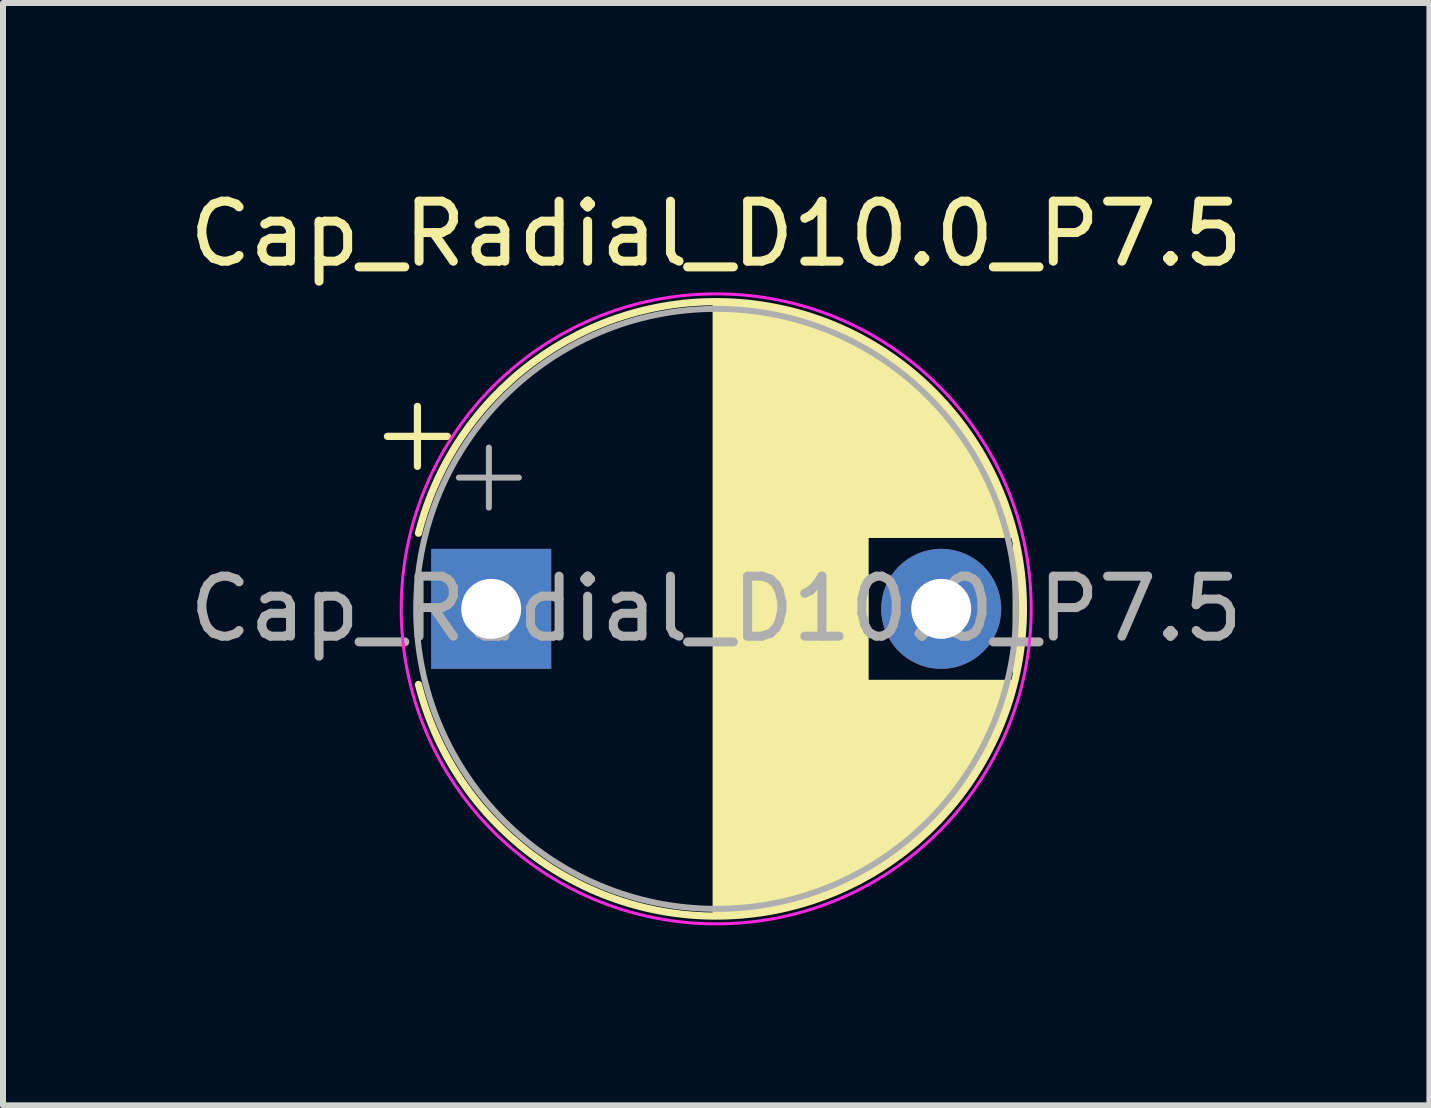
<source format=kicad_pcb>
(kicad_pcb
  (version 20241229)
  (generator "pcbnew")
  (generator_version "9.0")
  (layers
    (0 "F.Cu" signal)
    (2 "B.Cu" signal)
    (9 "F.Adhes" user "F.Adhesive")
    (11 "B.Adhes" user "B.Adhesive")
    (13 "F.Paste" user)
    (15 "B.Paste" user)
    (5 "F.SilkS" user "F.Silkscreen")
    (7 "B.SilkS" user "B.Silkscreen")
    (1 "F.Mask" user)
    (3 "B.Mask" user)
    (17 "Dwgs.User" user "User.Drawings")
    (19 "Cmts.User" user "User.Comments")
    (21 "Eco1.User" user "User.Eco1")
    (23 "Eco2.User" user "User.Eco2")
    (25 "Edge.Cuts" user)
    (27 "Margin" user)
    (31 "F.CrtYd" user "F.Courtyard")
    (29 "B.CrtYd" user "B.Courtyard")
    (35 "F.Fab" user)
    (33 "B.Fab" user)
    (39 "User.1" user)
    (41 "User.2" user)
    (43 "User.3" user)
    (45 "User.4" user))
  (footprint "Cap_Radial_D10.0_P7.5"
    (layer "F.Cu")
    (at 5.137 7.098)
    (property "Reference" "Cap_Radial_D10.0_P7.5" (at 3.75 -6.25 0) (layer "F.SilkS") (effects (font (size 1 1) (thickness 0.15))))
    (attr through_hole)
    (fp_line (start -1.73 -2.875) (end -0.73 -2.875) (stroke (width 0.12) (type solid)) (layer "F.SilkS"))
    (fp_line (start -1.23 -3.375) (end -1.23 -2.375) (stroke (width 0.12) (type solid)) (layer "F.SilkS"))
    (fp_line (start 3.75 -5.08) (end 3.75 5.08) (stroke (width 0.12) (type solid)) (layer "F.SilkS"))
    (fp_line (start 3.79 -5.08) (end 3.79 5.08) (stroke (width 0.12) (type solid)) (layer "F.SilkS"))
    (fp_line (start 3.83 -5.08) (end 3.83 5.08) (stroke (width 0.12) (type solid)) (layer "F.SilkS"))
    (fp_line (start 3.87 -5.079) (end 3.87 5.079) (stroke (width 0.12) (type solid)) (layer "F.SilkS"))
    (fp_line (start 3.91 -5.078) (end 3.91 5.078) (stroke (width 0.12) (type solid)) (layer "F.SilkS"))
    (fp_line (start 3.95 -5.077) (end 3.95 5.077) (stroke (width 0.12) (type solid)) (layer "F.SilkS"))
    (fp_line (start 3.99 -5.075) (end 3.99 5.075) (stroke (width 0.12) (type solid)) (layer "F.SilkS"))
    (fp_line (start 4.03 -5.073) (end 4.03 5.073) (stroke (width 0.12) (type solid)) (layer "F.SilkS"))
    (fp_line (start 4.07 -5.07) (end 4.07 5.07) (stroke (width 0.12) (type solid)) (layer "F.SilkS"))
    (fp_line (start 4.11 -5.068) (end 4.11 5.068) (stroke (width 0.12) (type solid)) (layer "F.SilkS"))
    (fp_line (start 4.15 -5.065) (end 4.15 5.065) (stroke (width 0.12) (type solid)) (layer "F.SilkS"))
    (fp_line (start 4.19 -5.062) (end 4.19 5.062) (stroke (width 0.12) (type solid)) (layer "F.SilkS"))
    (fp_line (start 4.23 -5.058) (end 4.23 5.058) (stroke (width 0.12) (type solid)) (layer "F.SilkS"))
    (fp_line (start 4.27 -5.054) (end 4.27 5.054) (stroke (width 0.12) (type solid)) (layer "F.SilkS"))
    (fp_line (start 4.31 -5.05) (end 4.31 5.05) (stroke (width 0.12) (type solid)) (layer "F.SilkS"))
    (fp_line (start 4.35 -5.045) (end 4.35 5.045) (stroke (width 0.12) (type solid)) (layer "F.SilkS"))
    (fp_line (start 4.39 -5.04) (end 4.39 5.04) (stroke (width 0.12) (type solid)) (layer "F.SilkS"))
    (fp_line (start 4.43 -5.035) (end 4.43 5.035) (stroke (width 0.12) (type solid)) (layer "F.SilkS"))
    (fp_line (start 4.471 -5.03) (end 4.471 5.03) (stroke (width 0.12) (type solid)) (layer "F.SilkS"))
    (fp_line (start 4.511 -5.024) (end 4.511 5.024) (stroke (width 0.12) (type solid)) (layer "F.SilkS"))
    (fp_line (start 4.551 -5.018) (end 4.551 5.018) (stroke (width 0.12) (type solid)) (layer "F.SilkS"))
    (fp_line (start 4.591 -5.011) (end 4.591 5.011) (stroke (width 0.12) (type solid)) (layer "F.SilkS"))
    (fp_line (start 4.631 -5.004) (end 4.631 5.004) (stroke (width 0.12) (type solid)) (layer "F.SilkS"))
    (fp_line (start 4.671 -4.997) (end 4.671 4.997) (stroke (width 0.12) (type solid)) (layer "F.SilkS"))
    (fp_line (start 4.711 -4.99) (end 4.711 4.99) (stroke (width 0.12) (type solid)) (layer "F.SilkS"))
    (fp_line (start 4.751 -4.982) (end 4.751 4.982) (stroke (width 0.12) (type solid)) (layer "F.SilkS"))
    (fp_line (start 4.791 -4.974) (end 4.791 4.974) (stroke (width 0.12) (type solid)) (layer "F.SilkS"))
    (fp_line (start 4.831 -4.965) (end 4.831 4.965) (stroke (width 0.12) (type solid)) (layer "F.SilkS"))
    (fp_line (start 4.871 -4.956) (end 4.871 4.956) (stroke (width 0.12) (type solid)) (layer "F.SilkS"))
    (fp_line (start 4.911 -4.947) (end 4.911 4.947) (stroke (width 0.12) (type solid)) (layer "F.SilkS"))
    (fp_line (start 4.951 -4.938) (end 4.951 4.938) (stroke (width 0.12) (type solid)) (layer "F.SilkS"))
    (fp_line (start 4.991 -4.928) (end 4.991 4.928) (stroke (width 0.12) (type solid)) (layer "F.SilkS"))
    (fp_line (start 5.031 -4.918) (end 5.031 4.918) (stroke (width 0.12) (type solid)) (layer "F.SilkS"))
    (fp_line (start 5.071 -4.907) (end 5.071 4.907) (stroke (width 0.12) (type solid)) (layer "F.SilkS"))
    (fp_line (start 5.111 -4.897) (end 5.111 4.897) (stroke (width 0.12) (type solid)) (layer "F.SilkS"))
    (fp_line (start 5.151 -4.885) (end 5.151 4.885) (stroke (width 0.12) (type solid)) (layer "F.SilkS"))
    (fp_line (start 5.191 -4.874) (end 5.191 4.874) (stroke (width 0.12) (type solid)) (layer "F.SilkS"))
    (fp_line (start 5.231 -4.862) (end 5.231 4.862) (stroke (width 0.12) (type solid)) (layer "F.SilkS"))
    (fp_line (start 5.271 -4.85) (end 5.271 4.85) (stroke (width 0.12) (type solid)) (layer "F.SilkS"))
    (fp_line (start 5.311 -4.837) (end 5.311 4.837) (stroke (width 0.12) (type solid)) (layer "F.SilkS"))
    (fp_line (start 5.351 -4.824) (end 5.351 4.824) (stroke (width 0.12) (type solid)) (layer "F.SilkS"))
    (fp_line (start 5.391 -4.811) (end 5.391 4.811) (stroke (width 0.12) (type solid)) (layer "F.SilkS"))
    (fp_line (start 5.431 -4.797) (end 5.431 4.797) (stroke (width 0.12) (type solid)) (layer "F.SilkS"))
    (fp_line (start 5.471 -4.783) (end 5.471 4.783) (stroke (width 0.12) (type solid)) (layer "F.SilkS"))
    (fp_line (start 5.511 -4.768) (end 5.511 4.768) (stroke (width 0.12) (type solid)) (layer "F.SilkS"))
    (fp_line (start 5.551 -4.754) (end 5.551 4.754) (stroke (width 0.12) (type solid)) (layer "F.SilkS"))
    (fp_line (start 5.591 -4.738) (end 5.591 4.738) (stroke (width 0.12) (type solid)) (layer "F.SilkS"))
    (fp_line (start 5.631 -4.723) (end 5.631 4.723) (stroke (width 0.12) (type solid)) (layer "F.SilkS"))
    (fp_line (start 5.671 -4.707) (end 5.671 4.707) (stroke (width 0.12) (type solid)) (layer "F.SilkS"))
    (fp_line (start 5.711 -4.69) (end 5.711 4.69) (stroke (width 0.12) (type solid)) (layer "F.SilkS"))
    (fp_line (start 5.751 -4.674) (end 5.751 4.674) (stroke (width 0.12) (type solid)) (layer "F.SilkS"))
    (fp_line (start 5.791 -4.657) (end 5.791 4.657) (stroke (width 0.12) (type solid)) (layer "F.SilkS"))
    (fp_line (start 5.831 -4.639) (end 5.831 4.639) (stroke (width 0.12) (type solid)) (layer "F.SilkS"))
    (fp_line (start 5.871 -4.621) (end 5.871 4.621) (stroke (width 0.12) (type solid)) (layer "F.SilkS"))
    (fp_line (start 5.911 -4.603) (end 5.911 4.603) (stroke (width 0.12) (type solid)) (layer "F.SilkS"))
    (fp_line (start 5.951 -4.584) (end 5.951 4.584) (stroke (width 0.12) (type solid)) (layer "F.SilkS"))
    (fp_line (start 5.991 -4.564) (end 5.991 4.564) (stroke (width 0.12) (type solid)) (layer "F.SilkS"))
    (fp_line (start 6.031 -4.545) (end 6.031 4.545) (stroke (width 0.12) (type solid)) (layer "F.SilkS"))
    (fp_line (start 6.071 -4.525) (end 6.071 4.525) (stroke (width 0.12) (type solid)) (layer "F.SilkS"))
    (fp_line (start 6.111 -4.504) (end 6.111 4.504) (stroke (width 0.12) (type solid)) (layer "F.SilkS"))
    (fp_line (start 6.151 -4.483) (end 6.151 4.483) (stroke (width 0.12) (type solid)) (layer "F.SilkS"))
    (fp_line (start 6.191 -4.462) (end 6.191 4.462) (stroke (width 0.12) (type solid)) (layer "F.SilkS"))
    (fp_line (start 6.231 -4.44) (end 6.231 4.44) (stroke (width 0.12) (type solid)) (layer "F.SilkS"))
    (fp_line (start 6.271 -4.417) (end 6.271 -1.241) (stroke (width 0.12) (type solid)) (layer "F.SilkS"))
    (fp_line (start 6.271 1.241) (end 6.271 4.417) (stroke (width 0.12) (type solid)) (layer "F.SilkS"))
    (fp_line (start 6.311 -4.395) (end 6.311 -1.241) (stroke (width 0.12) (type solid)) (layer "F.SilkS"))
    (fp_line (start 6.311 1.241) (end 6.311 4.395) (stroke (width 0.12) (type solid)) (layer "F.SilkS"))
    (fp_line (start 6.351 -4.371) (end 6.351 -1.241) (stroke (width 0.12) (type solid)) (layer "F.SilkS"))
    (fp_line (start 6.351 1.241) (end 6.351 4.371) (stroke (width 0.12) (type solid)) (layer "F.SilkS"))
    (fp_line (start 6.391 -4.347) (end 6.391 -1.241) (stroke (width 0.12) (type solid)) (layer "F.SilkS"))
    (fp_line (start 6.391 1.241) (end 6.391 4.347) (stroke (width 0.12) (type solid)) (layer "F.SilkS"))
    (fp_line (start 6.431 -4.323) (end 6.431 -1.241) (stroke (width 0.12) (type solid)) (layer "F.SilkS"))
    (fp_line (start 6.431 1.241) (end 6.431 4.323) (stroke (width 0.12) (type solid)) (layer "F.SilkS"))
    (fp_line (start 6.471 -4.298) (end 6.471 -1.241) (stroke (width 0.12) (type solid)) (layer "F.SilkS"))
    (fp_line (start 6.471 1.241) (end 6.471 4.298) (stroke (width 0.12) (type solid)) (layer "F.SilkS"))
    (fp_line (start 6.511 -4.273) (end 6.511 -1.241) (stroke (width 0.12) (type solid)) (layer "F.SilkS"))
    (fp_line (start 6.511 1.241) (end 6.511 4.273) (stroke (width 0.12) (type solid)) (layer "F.SilkS"))
    (fp_line (start 6.551 -4.247) (end 6.551 -1.241) (stroke (width 0.12) (type solid)) (layer "F.SilkS"))
    (fp_line (start 6.551 1.241) (end 6.551 4.247) (stroke (width 0.12) (type solid)) (layer "F.SilkS"))
    (fp_line (start 6.591 -4.221) (end 6.591 -1.241) (stroke (width 0.12) (type solid)) (layer "F.SilkS"))
    (fp_line (start 6.591 1.241) (end 6.591 4.221) (stroke (width 0.12) (type solid)) (layer "F.SilkS"))
    (fp_line (start 6.631 -4.194) (end 6.631 -1.241) (stroke (width 0.12) (type solid)) (layer "F.SilkS"))
    (fp_line (start 6.631 1.241) (end 6.631 4.194) (stroke (width 0.12) (type solid)) (layer "F.SilkS"))
    (fp_line (start 6.671 -4.166) (end 6.671 -1.241) (stroke (width 0.12) (type solid)) (layer "F.SilkS"))
    (fp_line (start 6.671 1.241) (end 6.671 4.166) (stroke (width 0.12) (type solid)) (layer "F.SilkS"))
    (fp_line (start 6.711 -4.138) (end 6.711 -1.241) (stroke (width 0.12) (type solid)) (layer "F.SilkS"))
    (fp_line (start 6.711 1.241) (end 6.711 4.138) (stroke (width 0.12) (type solid)) (layer "F.SilkS"))
    (fp_line (start 6.751 -4.11) (end 6.751 -1.241) (stroke (width 0.12) (type solid)) (layer "F.SilkS"))
    (fp_line (start 6.751 1.241) (end 6.751 4.11) (stroke (width 0.12) (type solid)) (layer "F.SilkS"))
    (fp_line (start 6.791 -4.08) (end 6.791 -1.241) (stroke (width 0.12) (type solid)) (layer "F.SilkS"))
    (fp_line (start 6.791 1.241) (end 6.791 4.08) (stroke (width 0.12) (type solid)) (layer "F.SilkS"))
    (fp_line (start 6.831 -4.05) (end 6.831 -1.241) (stroke (width 0.12) (type solid)) (layer "F.SilkS"))
    (fp_line (start 6.831 1.241) (end 6.831 4.05) (stroke (width 0.12) (type solid)) (layer "F.SilkS"))
    (fp_line (start 6.871 -4.02) (end 6.871 -1.241) (stroke (width 0.12) (type solid)) (layer "F.SilkS"))
    (fp_line (start 6.871 1.241) (end 6.871 4.02) (stroke (width 0.12) (type solid)) (layer "F.SilkS"))
    (fp_line (start 6.911 -3.989) (end 6.911 -1.241) (stroke (width 0.12) (type solid)) (layer "F.SilkS"))
    (fp_line (start 6.911 1.241) (end 6.911 3.989) (stroke (width 0.12) (type solid)) (layer "F.SilkS"))
    (fp_line (start 6.951 -3.957) (end 6.951 -1.241) (stroke (width 0.12) (type solid)) (layer "F.SilkS"))
    (fp_line (start 6.951 1.241) (end 6.951 3.957) (stroke (width 0.12) (type solid)) (layer "F.SilkS"))
    (fp_line (start 6.991 -3.925) (end 6.991 -1.241) (stroke (width 0.12) (type solid)) (layer "F.SilkS"))
    (fp_line (start 6.991 1.241) (end 6.991 3.925) (stroke (width 0.12) (type solid)) (layer "F.SilkS"))
    (fp_line (start 7.031 -3.892) (end 7.031 -1.241) (stroke (width 0.12) (type solid)) (layer "F.SilkS"))
    (fp_line (start 7.031 1.241) (end 7.031 3.892) (stroke (width 0.12) (type solid)) (layer "F.SilkS"))
    (fp_line (start 7.071 -3.858) (end 7.071 -1.241) (stroke (width 0.12) (type solid)) (layer "F.SilkS"))
    (fp_line (start 7.071 1.241) (end 7.071 3.858) (stroke (width 0.12) (type solid)) (layer "F.SilkS"))
    (fp_line (start 7.111 -3.824) (end 7.111 -1.241) (stroke (width 0.12) (type solid)) (layer "F.SilkS"))
    (fp_line (start 7.111 1.241) (end 7.111 3.824) (stroke (width 0.12) (type solid)) (layer "F.SilkS"))
    (fp_line (start 7.151 -3.789) (end 7.151 -1.241) (stroke (width 0.12) (type solid)) (layer "F.SilkS"))
    (fp_line (start 7.151 1.241) (end 7.151 3.789) (stroke (width 0.12) (type solid)) (layer "F.SilkS"))
    (fp_line (start 7.191 -3.753) (end 7.191 -1.241) (stroke (width 0.12) (type solid)) (layer "F.SilkS"))
    (fp_line (start 7.191 1.241) (end 7.191 3.753) (stroke (width 0.12) (type solid)) (layer "F.SilkS"))
    (fp_line (start 7.231 -3.716) (end 7.231 -1.241) (stroke (width 0.12) (type solid)) (layer "F.SilkS"))
    (fp_line (start 7.231 1.241) (end 7.231 3.716) (stroke (width 0.12) (type solid)) (layer "F.SilkS"))
    (fp_line (start 7.271 -3.679) (end 7.271 -1.241) (stroke (width 0.12) (type solid)) (layer "F.SilkS"))
    (fp_line (start 7.271 1.241) (end 7.271 3.679) (stroke (width 0.12) (type solid)) (layer "F.SilkS"))
    (fp_line (start 7.311 -3.64) (end 7.311 -1.241) (stroke (width 0.12) (type solid)) (layer "F.SilkS"))
    (fp_line (start 7.311 1.241) (end 7.311 3.64) (stroke (width 0.12) (type solid)) (layer "F.SilkS"))
    (fp_line (start 7.351 -3.601) (end 7.351 -1.241) (stroke (width 0.12) (type solid)) (layer "F.SilkS"))
    (fp_line (start 7.351 1.241) (end 7.351 3.601) (stroke (width 0.12) (type solid)) (layer "F.SilkS"))
    (fp_line (start 7.391 -3.561) (end 7.391 -1.241) (stroke (width 0.12) (type solid)) (layer "F.SilkS"))
    (fp_line (start 7.391 1.241) (end 7.391 3.561) (stroke (width 0.12) (type solid)) (layer "F.SilkS"))
    (fp_line (start 7.431 -3.52) (end 7.431 -1.241) (stroke (width 0.12) (type solid)) (layer "F.SilkS"))
    (fp_line (start 7.431 1.241) (end 7.431 3.52) (stroke (width 0.12) (type solid)) (layer "F.SilkS"))
    (fp_line (start 7.471 -3.478) (end 7.471 -1.241) (stroke (width 0.12) (type solid)) (layer "F.SilkS"))
    (fp_line (start 7.471 1.241) (end 7.471 3.478) (stroke (width 0.12) (type solid)) (layer "F.SilkS"))
    (fp_line (start 7.511 -3.436) (end 7.511 -1.241) (stroke (width 0.12) (type solid)) (layer "F.SilkS"))
    (fp_line (start 7.511 1.241) (end 7.511 3.436) (stroke (width 0.12) (type solid)) (layer "F.SilkS"))
    (fp_line (start 7.551 -3.392) (end 7.551 -1.241) (stroke (width 0.12) (type solid)) (layer "F.SilkS"))
    (fp_line (start 7.551 1.241) (end 7.551 3.392) (stroke (width 0.12) (type solid)) (layer "F.SilkS"))
    (fp_line (start 7.591 -3.347) (end 7.591 -1.241) (stroke (width 0.12) (type solid)) (layer "F.SilkS"))
    (fp_line (start 7.591 1.241) (end 7.591 3.347) (stroke (width 0.12) (type solid)) (layer "F.SilkS"))
    (fp_line (start 7.631 -3.301) (end 7.631 -1.241) (stroke (width 0.12) (type solid)) (layer "F.SilkS"))
    (fp_line (start 7.631 1.241) (end 7.631 3.301) (stroke (width 0.12) (type solid)) (layer "F.SilkS"))
    (fp_line (start 7.671 -3.254) (end 7.671 -1.241) (stroke (width 0.12) (type solid)) (layer "F.SilkS"))
    (fp_line (start 7.671 1.241) (end 7.671 3.254) (stroke (width 0.12) (type solid)) (layer "F.SilkS"))
    (fp_line (start 7.711 -3.206) (end 7.711 -1.241) (stroke (width 0.12) (type solid)) (layer "F.SilkS"))
    (fp_line (start 7.711 1.241) (end 7.711 3.206) (stroke (width 0.12) (type solid)) (layer "F.SilkS"))
    (fp_line (start 7.751 -3.156) (end 7.751 -1.241) (stroke (width 0.12) (type solid)) (layer "F.SilkS"))
    (fp_line (start 7.751 1.241) (end 7.751 3.156) (stroke (width 0.12) (type solid)) (layer "F.SilkS"))
    (fp_line (start 7.791 -3.106) (end 7.791 -1.241) (stroke (width 0.12) (type solid)) (layer "F.SilkS"))
    (fp_line (start 7.791 1.241) (end 7.791 3.106) (stroke (width 0.12) (type solid)) (layer "F.SilkS"))
    (fp_line (start 7.831 -3.054) (end 7.831 -1.241) (stroke (width 0.12) (type solid)) (layer "F.SilkS"))
    (fp_line (start 7.831 1.241) (end 7.831 3.054) (stroke (width 0.12) (type solid)) (layer "F.SilkS"))
    (fp_line (start 7.871 -3) (end 7.871 -1.241) (stroke (width 0.12) (type solid)) (layer "F.SilkS"))
    (fp_line (start 7.871 1.241) (end 7.871 3) (stroke (width 0.12) (type solid)) (layer "F.SilkS"))
    (fp_line (start 7.911 -2.945) (end 7.911 -1.241) (stroke (width 0.12) (type solid)) (layer "F.SilkS"))
    (fp_line (start 7.911 1.241) (end 7.911 2.945) (stroke (width 0.12) (type solid)) (layer "F.SilkS"))
    (fp_line (start 7.951 -2.889) (end 7.951 -1.241) (stroke (width 0.12) (type solid)) (layer "F.SilkS"))
    (fp_line (start 7.951 1.241) (end 7.951 2.889) (stroke (width 0.12) (type solid)) (layer "F.SilkS"))
    (fp_line (start 7.991 -2.83) (end 7.991 -1.241) (stroke (width 0.12) (type solid)) (layer "F.SilkS"))
    (fp_line (start 7.991 1.241) (end 7.991 2.83) (stroke (width 0.12) (type solid)) (layer "F.SilkS"))
    (fp_line (start 8.031 -2.77) (end 8.031 -1.241) (stroke (width 0.12) (type solid)) (layer "F.SilkS"))
    (fp_line (start 8.031 1.241) (end 8.031 2.77) (stroke (width 0.12) (type solid)) (layer "F.SilkS"))
    (fp_line (start 8.071 -2.709) (end 8.071 -1.241) (stroke (width 0.12) (type solid)) (layer "F.SilkS"))
    (fp_line (start 8.071 1.241) (end 8.071 2.709) (stroke (width 0.12) (type solid)) (layer "F.SilkS"))
    (fp_line (start 8.111 -2.645) (end 8.111 -1.241) (stroke (width 0.12) (type solid)) (layer "F.SilkS"))
    (fp_line (start 8.111 1.241) (end 8.111 2.645) (stroke (width 0.12) (type solid)) (layer "F.SilkS"))
    (fp_line (start 8.151 -2.579) (end 8.151 -1.241) (stroke (width 0.12) (type solid)) (layer "F.SilkS"))
    (fp_line (start 8.151 1.241) (end 8.151 2.579) (stroke (width 0.12) (type solid)) (layer "F.SilkS"))
    (fp_line (start 8.191 -2.51) (end 8.191 -1.241) (stroke (width 0.12) (type solid)) (layer "F.SilkS"))
    (fp_line (start 8.191 1.241) (end 8.191 2.51) (stroke (width 0.12) (type solid)) (layer "F.SilkS"))
    (fp_line (start 8.231 -2.439) (end 8.231 -1.241) (stroke (width 0.12) (type solid)) (layer "F.SilkS"))
    (fp_line (start 8.231 1.241) (end 8.231 2.439) (stroke (width 0.12) (type solid)) (layer "F.SilkS"))
    (fp_line (start 8.271 -2.365) (end 8.271 -1.241) (stroke (width 0.12) (type solid)) (layer "F.SilkS"))
    (fp_line (start 8.271 1.241) (end 8.271 2.365) (stroke (width 0.12) (type solid)) (layer "F.SilkS"))
    (fp_line (start 8.311 -2.289) (end 8.311 -1.241) (stroke (width 0.12) (type solid)) (layer "F.SilkS"))
    (fp_line (start 8.311 1.241) (end 8.311 2.289) (stroke (width 0.12) (type solid)) (layer "F.SilkS"))
    (fp_line (start 8.351 -2.209) (end 8.351 -1.241) (stroke (width 0.12) (type solid)) (layer "F.SilkS"))
    (fp_line (start 8.351 1.241) (end 8.351 2.209) (stroke (width 0.12) (type solid)) (layer "F.SilkS"))
    (fp_line (start 8.391 -2.125) (end 8.391 -1.241) (stroke (width 0.12) (type solid)) (layer "F.SilkS"))
    (fp_line (start 8.391 1.241) (end 8.391 2.125) (stroke (width 0.12) (type solid)) (layer "F.SilkS"))
    (fp_line (start 8.431 -2.037) (end 8.431 -1.241) (stroke (width 0.12) (type solid)) (layer "F.SilkS"))
    (fp_line (start 8.431 1.241) (end 8.431 2.037) (stroke (width 0.12) (type solid)) (layer "F.SilkS"))
    (fp_line (start 8.471 -1.944) (end 8.471 -1.241) (stroke (width 0.12) (type solid)) (layer "F.SilkS"))
    (fp_line (start 8.471 1.241) (end 8.471 1.944) (stroke (width 0.12) (type solid)) (layer "F.SilkS"))
    (fp_line (start 8.511 -1.846) (end 8.511 -1.241) (stroke (width 0.12) (type solid)) (layer "F.SilkS"))
    (fp_line (start 8.511 1.241) (end 8.511 1.846) (stroke (width 0.12) (type solid)) (layer "F.SilkS"))
    (fp_line (start 8.551 -1.742) (end 8.551 -1.241) (stroke (width 0.12) (type solid)) (layer "F.SilkS"))
    (fp_line (start 8.551 1.241) (end 8.551 1.742) (stroke (width 0.12) (type solid)) (layer "F.SilkS"))
    (fp_line (start 8.591 -1.63) (end 8.591 -1.241) (stroke (width 0.12) (type solid)) (layer "F.SilkS"))
    (fp_line (start 8.591 1.241) (end 8.591 1.63) (stroke (width 0.12) (type solid)) (layer "F.SilkS"))
    (fp_line (start 8.631 -1.51) (end 8.631 -1.241) (stroke (width 0.12) (type solid)) (layer "F.SilkS"))
    (fp_line (start 8.631 1.241) (end 8.631 1.51) (stroke (width 0.12) (type solid)) (layer "F.SilkS"))
    (fp_line (start 8.671 -1.378) (end 8.671 -1.241) (stroke (width 0.12) (type solid)) (layer "F.SilkS"))
    (fp_line (start 8.671 1.241) (end 8.671 1.378) (stroke (width 0.12) (type solid)) (layer "F.SilkS"))
    (fp_line (start 8.751 -1.062) (end 8.751 1.062) (stroke (width 0.12) (type solid)) (layer "F.SilkS"))
    (fp_line (start 8.791 -0.862) (end 8.791 0.862) (stroke (width 0.12) (type solid)) (layer "F.SilkS"))
    (fp_line (start 8.831 -0.599) (end 8.831 0.599) (stroke (width 0.12) (type solid)) (layer "F.SilkS"))
    (fp_arc (start -1.21254 -1.26) (mid 8.87 0) (end -1.21254 1.26) (stroke (width 0.12) (type solid)) (layer "F.SilkS"))
    (fp_circle (center 3.75 0) (end 9 0) (stroke (width 0.05) (type solid)) (fill no) (layer "F.CrtYd"))
    (fp_line (start -0.539 -2.188) (end 0.461 -2.188) (stroke (width 0.1) (type solid)) (layer "F.Fab"))
    (fp_line (start -0.039 -2.688) (end -0.039 -1.688) (stroke (width 0.1) (type solid)) (layer "F.Fab"))
    (fp_circle (center 3.75 0) (end 8.75 0) (stroke (width 0.1) (type solid)) (fill no) (layer "F.Fab"))
    (fp_text user "${REFERENCE}" (at 3.75 0 0) (layer "F.Fab") (effects (font (size 1 1) (thickness 0.15))))
    (pad "1" thru_hole rect (at 0 0) (size 2 2) (drill 1) (layers "*.Cu" "*.Mask"))
    (pad "2" thru_hole circle (at 7.5 0) (size 2 2) (drill 1) (layers "*.Cu" "*.Mask")))
  (gr_rect
    (start -3 -3)
    (end 20.774 15.373)
    (stroke (width 0.1) (type default))
    (fill no)
    (layer "Edge.Cuts")))
</source>
